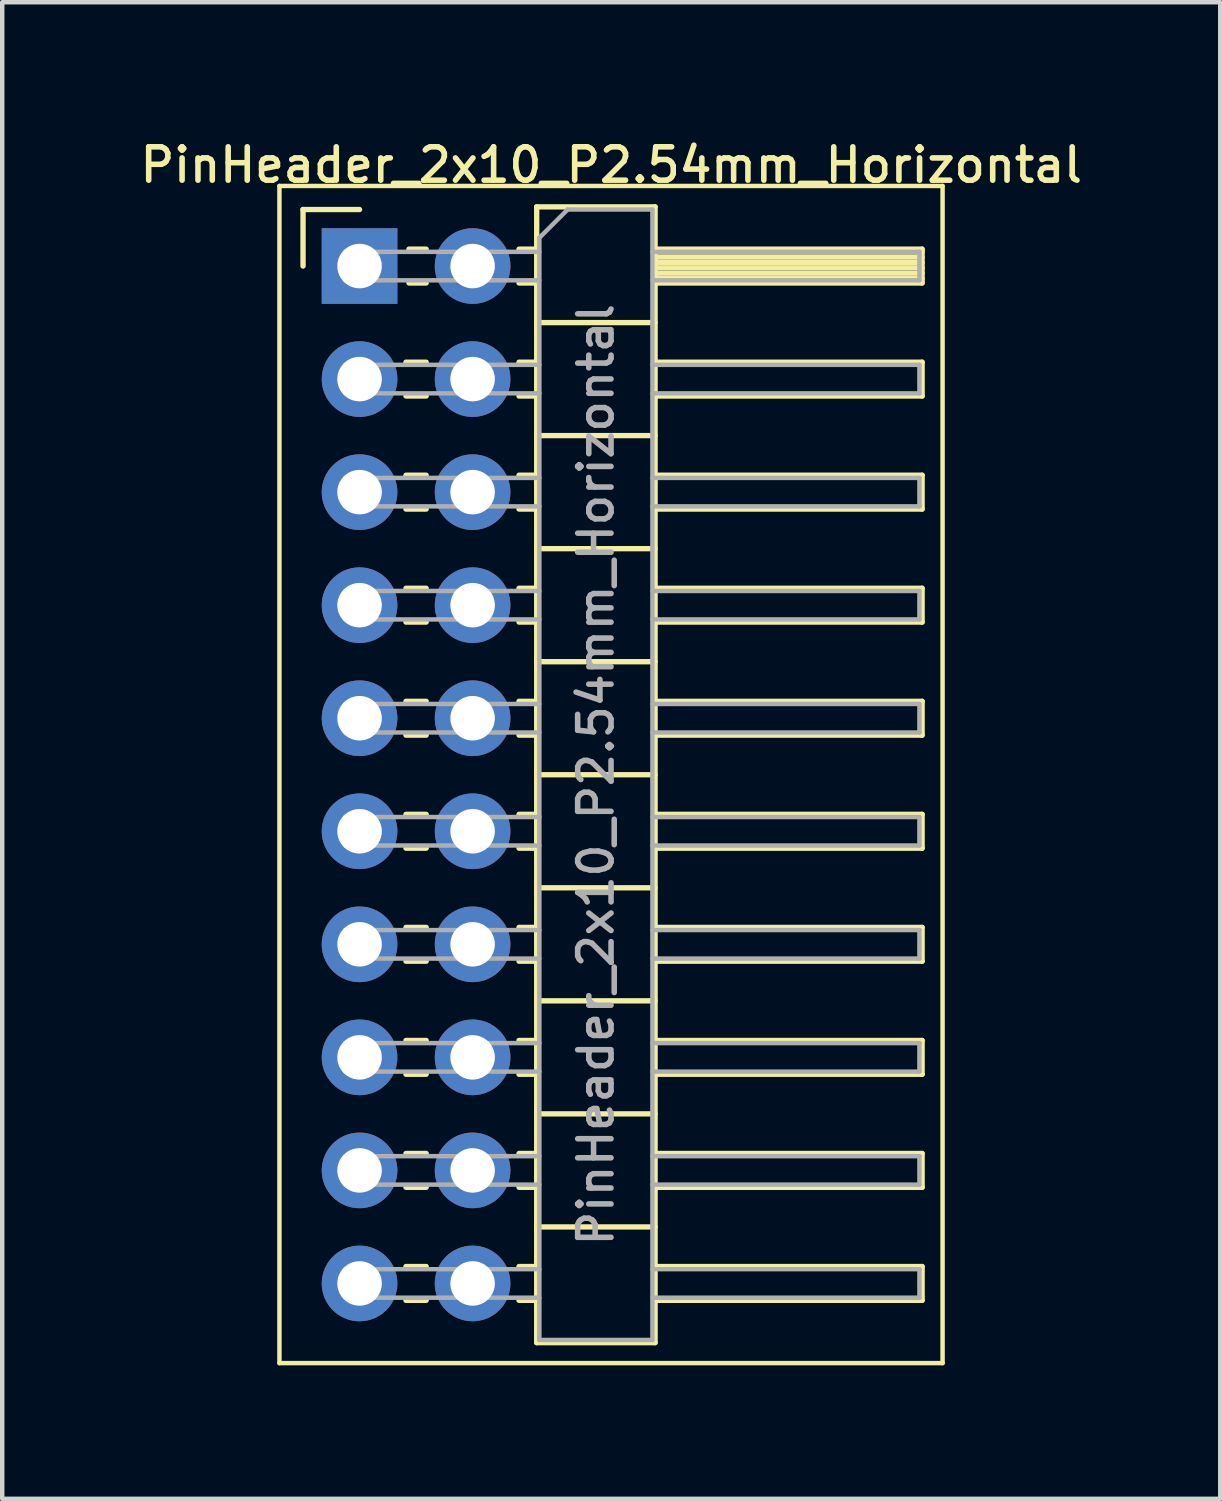
<source format=kicad_pcb>
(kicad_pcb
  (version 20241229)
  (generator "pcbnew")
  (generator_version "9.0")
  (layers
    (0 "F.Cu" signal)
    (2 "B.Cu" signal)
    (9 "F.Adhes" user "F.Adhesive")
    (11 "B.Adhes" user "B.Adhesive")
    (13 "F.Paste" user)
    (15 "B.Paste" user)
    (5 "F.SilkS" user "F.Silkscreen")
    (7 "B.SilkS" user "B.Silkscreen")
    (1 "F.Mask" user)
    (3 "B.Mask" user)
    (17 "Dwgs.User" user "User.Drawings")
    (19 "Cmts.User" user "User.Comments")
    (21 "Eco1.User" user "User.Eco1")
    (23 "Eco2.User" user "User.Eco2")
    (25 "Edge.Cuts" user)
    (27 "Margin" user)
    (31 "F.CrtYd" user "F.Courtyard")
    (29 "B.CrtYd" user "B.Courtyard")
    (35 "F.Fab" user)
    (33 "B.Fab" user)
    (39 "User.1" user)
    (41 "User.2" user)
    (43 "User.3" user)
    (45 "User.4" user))
  (footprint "PinHeader_2x10_P2.54mm_Horizontal"
    (layer "F.Cu")
    (at 5.029 2.928)
    (property "Reference" "PinHeader_2x10_P2.54mm_Horizontal" (at 5.655 -2.27 0) (layer "F.SilkS") (effects (font (size 0.75 0.75) (thickness 0.125))))
    (attr through_hole)
    (fp_line (start -1.8 -1.8) (end -1.8 24.65) (stroke (width 0.1) (type solid)) (layer "F.SilkS"))
    (fp_line (start -1.8 24.65) (end 13.1 24.65) (stroke (width 0.1) (type solid)) (layer "F.SilkS"))
    (fp_line (start -1.27 -1.27) (end 0 -1.27) (stroke (width 0.12) (type solid)) (layer "F.SilkS"))
    (fp_line (start -1.27 0) (end -1.27 -1.27) (stroke (width 0.12) (type solid)) (layer "F.SilkS"))
    (fp_line (start 1.043 2.16) (end 1.497 2.16) (stroke (width 0.12) (type solid)) (layer "F.SilkS"))
    (fp_line (start 1.043 2.92) (end 1.497 2.92) (stroke (width 0.12) (type solid)) (layer "F.SilkS"))
    (fp_line (start 1.043 4.7) (end 1.497 4.7) (stroke (width 0.12) (type solid)) (layer "F.SilkS"))
    (fp_line (start 1.043 5.46) (end 1.497 5.46) (stroke (width 0.12) (type solid)) (layer "F.SilkS"))
    (fp_line (start 1.043 7.24) (end 1.497 7.24) (stroke (width 0.12) (type solid)) (layer "F.SilkS"))
    (fp_line (start 1.043 8) (end 1.497 8) (stroke (width 0.12) (type solid)) (layer "F.SilkS"))
    (fp_line (start 1.043 9.78) (end 1.497 9.78) (stroke (width 0.12) (type solid)) (layer "F.SilkS"))
    (fp_line (start 1.043 10.54) (end 1.497 10.54) (stroke (width 0.12) (type solid)) (layer "F.SilkS"))
    (fp_line (start 1.043 12.32) (end 1.497 12.32) (stroke (width 0.12) (type solid)) (layer "F.SilkS"))
    (fp_line (start 1.043 13.08) (end 1.497 13.08) (stroke (width 0.12) (type solid)) (layer "F.SilkS"))
    (fp_line (start 1.043 14.86) (end 1.497 14.86) (stroke (width 0.12) (type solid)) (layer "F.SilkS"))
    (fp_line (start 1.043 15.62) (end 1.497 15.62) (stroke (width 0.12) (type solid)) (layer "F.SilkS"))
    (fp_line (start 1.043 17.4) (end 1.497 17.4) (stroke (width 0.12) (type solid)) (layer "F.SilkS"))
    (fp_line (start 1.043 18.16) (end 1.497 18.16) (stroke (width 0.12) (type solid)) (layer "F.SilkS"))
    (fp_line (start 1.043 19.94) (end 1.497 19.94) (stroke (width 0.12) (type solid)) (layer "F.SilkS"))
    (fp_line (start 1.043 20.7) (end 1.497 20.7) (stroke (width 0.12) (type solid)) (layer "F.SilkS"))
    (fp_line (start 1.043 22.48) (end 1.497 22.48) (stroke (width 0.12) (type solid)) (layer "F.SilkS"))
    (fp_line (start 1.043 23.24) (end 1.497 23.24) (stroke (width 0.12) (type solid)) (layer "F.SilkS"))
    (fp_line (start 1.11 -0.38) (end 1.497 -0.38) (stroke (width 0.12) (type solid)) (layer "F.SilkS"))
    (fp_line (start 1.11 0.38) (end 1.497 0.38) (stroke (width 0.12) (type solid)) (layer "F.SilkS"))
    (fp_line (start 3.583 -0.38) (end 3.98 -0.38) (stroke (width 0.12) (type solid)) (layer "F.SilkS"))
    (fp_line (start 3.583 0.38) (end 3.98 0.38) (stroke (width 0.12) (type solid)) (layer "F.SilkS"))
    (fp_line (start 3.583 2.16) (end 3.98 2.16) (stroke (width 0.12) (type solid)) (layer "F.SilkS"))
    (fp_line (start 3.583 2.92) (end 3.98 2.92) (stroke (width 0.12) (type solid)) (layer "F.SilkS"))
    (fp_line (start 3.583 4.7) (end 3.98 4.7) (stroke (width 0.12) (type solid)) (layer "F.SilkS"))
    (fp_line (start 3.583 5.46) (end 3.98 5.46) (stroke (width 0.12) (type solid)) (layer "F.SilkS"))
    (fp_line (start 3.583 7.24) (end 3.98 7.24) (stroke (width 0.12) (type solid)) (layer "F.SilkS"))
    (fp_line (start 3.583 8) (end 3.98 8) (stroke (width 0.12) (type solid)) (layer "F.SilkS"))
    (fp_line (start 3.583 9.78) (end 3.98 9.78) (stroke (width 0.12) (type solid)) (layer "F.SilkS"))
    (fp_line (start 3.583 10.54) (end 3.98 10.54) (stroke (width 0.12) (type solid)) (layer "F.SilkS"))
    (fp_line (start 3.583 12.32) (end 3.98 12.32) (stroke (width 0.12) (type solid)) (layer "F.SilkS"))
    (fp_line (start 3.583 13.08) (end 3.98 13.08) (stroke (width 0.12) (type solid)) (layer "F.SilkS"))
    (fp_line (start 3.583 14.86) (end 3.98 14.86) (stroke (width 0.12) (type solid)) (layer "F.SilkS"))
    (fp_line (start 3.583 15.62) (end 3.98 15.62) (stroke (width 0.12) (type solid)) (layer "F.SilkS"))
    (fp_line (start 3.583 17.4) (end 3.98 17.4) (stroke (width 0.12) (type solid)) (layer "F.SilkS"))
    (fp_line (start 3.583 18.16) (end 3.98 18.16) (stroke (width 0.12) (type solid)) (layer "F.SilkS"))
    (fp_line (start 3.583 19.94) (end 3.98 19.94) (stroke (width 0.12) (type solid)) (layer "F.SilkS"))
    (fp_line (start 3.583 20.7) (end 3.98 20.7) (stroke (width 0.12) (type solid)) (layer "F.SilkS"))
    (fp_line (start 3.583 22.48) (end 3.98 22.48) (stroke (width 0.12) (type solid)) (layer "F.SilkS"))
    (fp_line (start 3.583 23.24) (end 3.98 23.24) (stroke (width 0.12) (type solid)) (layer "F.SilkS"))
    (fp_line (start 3.98 -1.33) (end 3.98 24.19) (stroke (width 0.12) (type solid)) (layer "F.SilkS"))
    (fp_line (start 3.98 1.27) (end 6.64 1.27) (stroke (width 0.12) (type solid)) (layer "F.SilkS"))
    (fp_line (start 3.98 3.81) (end 6.64 3.81) (stroke (width 0.12) (type solid)) (layer "F.SilkS"))
    (fp_line (start 3.98 6.35) (end 6.64 6.35) (stroke (width 0.12) (type solid)) (layer "F.SilkS"))
    (fp_line (start 3.98 8.89) (end 6.64 8.89) (stroke (width 0.12) (type solid)) (layer "F.SilkS"))
    (fp_line (start 3.98 11.43) (end 6.64 11.43) (stroke (width 0.12) (type solid)) (layer "F.SilkS"))
    (fp_line (start 3.98 13.97) (end 6.64 13.97) (stroke (width 0.12) (type solid)) (layer "F.SilkS"))
    (fp_line (start 3.98 16.51) (end 6.64 16.51) (stroke (width 0.12) (type solid)) (layer "F.SilkS"))
    (fp_line (start 3.98 19.05) (end 6.64 19.05) (stroke (width 0.12) (type solid)) (layer "F.SilkS"))
    (fp_line (start 3.98 21.59) (end 6.64 21.59) (stroke (width 0.12) (type solid)) (layer "F.SilkS"))
    (fp_line (start 3.98 24.19) (end 6.64 24.19) (stroke (width 0.12) (type solid)) (layer "F.SilkS"))
    (fp_line (start 6.64 -1.33) (end 3.98 -1.33) (stroke (width 0.12) (type solid)) (layer "F.SilkS"))
    (fp_line (start 6.64 -0.38) (end 12.64 -0.38) (stroke (width 0.12) (type solid)) (layer "F.SilkS"))
    (fp_line (start 6.64 -0.32) (end 12.64 -0.32) (stroke (width 0.12) (type solid)) (layer "F.SilkS"))
    (fp_line (start 6.64 -0.2) (end 12.64 -0.2) (stroke (width 0.12) (type solid)) (layer "F.SilkS"))
    (fp_line (start 6.64 -0.08) (end 12.64 -0.08) (stroke (width 0.12) (type solid)) (layer "F.SilkS"))
    (fp_line (start 6.64 0.04) (end 12.64 0.04) (stroke (width 0.12) (type solid)) (layer "F.SilkS"))
    (fp_line (start 6.64 0.16) (end 12.64 0.16) (stroke (width 0.12) (type solid)) (layer "F.SilkS"))
    (fp_line (start 6.64 0.28) (end 12.64 0.28) (stroke (width 0.12) (type solid)) (layer "F.SilkS"))
    (fp_line (start 6.64 2.16) (end 12.64 2.16) (stroke (width 0.12) (type solid)) (layer "F.SilkS"))
    (fp_line (start 6.64 4.7) (end 12.64 4.7) (stroke (width 0.12) (type solid)) (layer "F.SilkS"))
    (fp_line (start 6.64 7.24) (end 12.64 7.24) (stroke (width 0.12) (type solid)) (layer "F.SilkS"))
    (fp_line (start 6.64 9.78) (end 12.64 9.78) (stroke (width 0.12) (type solid)) (layer "F.SilkS"))
    (fp_line (start 6.64 12.32) (end 12.64 12.32) (stroke (width 0.12) (type solid)) (layer "F.SilkS"))
    (fp_line (start 6.64 14.86) (end 12.64 14.86) (stroke (width 0.12) (type solid)) (layer "F.SilkS"))
    (fp_line (start 6.64 17.4) (end 12.64 17.4) (stroke (width 0.12) (type solid)) (layer "F.SilkS"))
    (fp_line (start 6.64 19.94) (end 12.64 19.94) (stroke (width 0.12) (type solid)) (layer "F.SilkS"))
    (fp_line (start 6.64 22.48) (end 12.64 22.48) (stroke (width 0.12) (type solid)) (layer "F.SilkS"))
    (fp_line (start 6.64 24.19) (end 6.64 -1.33) (stroke (width 0.12) (type solid)) (layer "F.SilkS"))
    (fp_line (start 12.64 -0.38) (end 12.64 0.38) (stroke (width 0.12) (type solid)) (layer "F.SilkS"))
    (fp_line (start 12.64 0.38) (end 6.64 0.38) (stroke (width 0.12) (type solid)) (layer "F.SilkS"))
    (fp_line (start 12.64 2.16) (end 12.64 2.92) (stroke (width 0.12) (type solid)) (layer "F.SilkS"))
    (fp_line (start 12.64 2.92) (end 6.64 2.92) (stroke (width 0.12) (type solid)) (layer "F.SilkS"))
    (fp_line (start 12.64 4.7) (end 12.64 5.46) (stroke (width 0.12) (type solid)) (layer "F.SilkS"))
    (fp_line (start 12.64 5.46) (end 6.64 5.46) (stroke (width 0.12) (type solid)) (layer "F.SilkS"))
    (fp_line (start 12.64 7.24) (end 12.64 8) (stroke (width 0.12) (type solid)) (layer "F.SilkS"))
    (fp_line (start 12.64 8) (end 6.64 8) (stroke (width 0.12) (type solid)) (layer "F.SilkS"))
    (fp_line (start 12.64 9.78) (end 12.64 10.54) (stroke (width 0.12) (type solid)) (layer "F.SilkS"))
    (fp_line (start 12.64 10.54) (end 6.64 10.54) (stroke (width 0.12) (type solid)) (layer "F.SilkS"))
    (fp_line (start 12.64 12.32) (end 12.64 13.08) (stroke (width 0.12) (type solid)) (layer "F.SilkS"))
    (fp_line (start 12.64 13.08) (end 6.64 13.08) (stroke (width 0.12) (type solid)) (layer "F.SilkS"))
    (fp_line (start 12.64 14.86) (end 12.64 15.62) (stroke (width 0.12) (type solid)) (layer "F.SilkS"))
    (fp_line (start 12.64 15.62) (end 6.64 15.62) (stroke (width 0.12) (type solid)) (layer "F.SilkS"))
    (fp_line (start 12.64 17.4) (end 12.64 18.16) (stroke (width 0.12) (type solid)) (layer "F.SilkS"))
    (fp_line (start 12.64 18.16) (end 6.64 18.16) (stroke (width 0.12) (type solid)) (layer "F.SilkS"))
    (fp_line (start 12.64 19.94) (end 12.64 20.7) (stroke (width 0.12) (type solid)) (layer "F.SilkS"))
    (fp_line (start 12.64 20.7) (end 6.64 20.7) (stroke (width 0.12) (type solid)) (layer "F.SilkS"))
    (fp_line (start 12.64 22.48) (end 12.64 23.24) (stroke (width 0.12) (type solid)) (layer "F.SilkS"))
    (fp_line (start 12.64 23.24) (end 6.64 23.24) (stroke (width 0.12) (type solid)) (layer "F.SilkS"))
    (fp_line (start 13.1 -1.8) (end -1.8 -1.8) (stroke (width 0.1) (type solid)) (layer "F.SilkS"))
    (fp_line (start 13.1 24.65) (end 13.1 -1.8) (stroke (width 0.1) (type solid)) (layer "F.SilkS"))
    (fp_line (start -0.32 -0.32) (end -0.32 0.32) (stroke (width 0.1) (type solid)) (layer "F.Fab"))
    (fp_line (start -0.32 -0.32) (end 4.04 -0.32) (stroke (width 0.1) (type solid)) (layer "F.Fab"))
    (fp_line (start -0.32 0.32) (end 4.04 0.32) (stroke (width 0.1) (type solid)) (layer "F.Fab"))
    (fp_line (start -0.32 2.22) (end -0.32 2.86) (stroke (width 0.1) (type solid)) (layer "F.Fab"))
    (fp_line (start -0.32 2.22) (end 4.04 2.22) (stroke (width 0.1) (type solid)) (layer "F.Fab"))
    (fp_line (start -0.32 2.86) (end 4.04 2.86) (stroke (width 0.1) (type solid)) (layer "F.Fab"))
    (fp_line (start -0.32 4.76) (end -0.32 5.4) (stroke (width 0.1) (type solid)) (layer "F.Fab"))
    (fp_line (start -0.32 4.76) (end 4.04 4.76) (stroke (width 0.1) (type solid)) (layer "F.Fab"))
    (fp_line (start -0.32 5.4) (end 4.04 5.4) (stroke (width 0.1) (type solid)) (layer "F.Fab"))
    (fp_line (start -0.32 7.3) (end -0.32 7.94) (stroke (width 0.1) (type solid)) (layer "F.Fab"))
    (fp_line (start -0.32 7.3) (end 4.04 7.3) (stroke (width 0.1) (type solid)) (layer "F.Fab"))
    (fp_line (start -0.32 7.94) (end 4.04 7.94) (stroke (width 0.1) (type solid)) (layer "F.Fab"))
    (fp_line (start -0.32 9.84) (end -0.32 10.48) (stroke (width 0.1) (type solid)) (layer "F.Fab"))
    (fp_line (start -0.32 9.84) (end 4.04 9.84) (stroke (width 0.1) (type solid)) (layer "F.Fab"))
    (fp_line (start -0.32 10.48) (end 4.04 10.48) (stroke (width 0.1) (type solid)) (layer "F.Fab"))
    (fp_line (start -0.32 12.38) (end -0.32 13.02) (stroke (width 0.1) (type solid)) (layer "F.Fab"))
    (fp_line (start -0.32 12.38) (end 4.04 12.38) (stroke (width 0.1) (type solid)) (layer "F.Fab"))
    (fp_line (start -0.32 13.02) (end 4.04 13.02) (stroke (width 0.1) (type solid)) (layer "F.Fab"))
    (fp_line (start -0.32 14.92) (end -0.32 15.56) (stroke (width 0.1) (type solid)) (layer "F.Fab"))
    (fp_line (start -0.32 14.92) (end 4.04 14.92) (stroke (width 0.1) (type solid)) (layer "F.Fab"))
    (fp_line (start -0.32 15.56) (end 4.04 15.56) (stroke (width 0.1) (type solid)) (layer "F.Fab"))
    (fp_line (start -0.32 17.46) (end -0.32 18.1) (stroke (width 0.1) (type solid)) (layer "F.Fab"))
    (fp_line (start -0.32 17.46) (end 4.04 17.46) (stroke (width 0.1) (type solid)) (layer "F.Fab"))
    (fp_line (start -0.32 18.1) (end 4.04 18.1) (stroke (width 0.1) (type solid)) (layer "F.Fab"))
    (fp_line (start -0.32 20) (end -0.32 20.64) (stroke (width 0.1) (type solid)) (layer "F.Fab"))
    (fp_line (start -0.32 20) (end 4.04 20) (stroke (width 0.1) (type solid)) (layer "F.Fab"))
    (fp_line (start -0.32 20.64) (end 4.04 20.64) (stroke (width 0.1) (type solid)) (layer "F.Fab"))
    (fp_line (start -0.32 22.54) (end -0.32 23.18) (stroke (width 0.1) (type solid)) (layer "F.Fab"))
    (fp_line (start -0.32 22.54) (end 4.04 22.54) (stroke (width 0.1) (type solid)) (layer "F.Fab"))
    (fp_line (start -0.32 23.18) (end 4.04 23.18) (stroke (width 0.1) (type solid)) (layer "F.Fab"))
    (fp_line (start 4.04 -0.635) (end 4.675 -1.27) (stroke (width 0.1) (type solid)) (layer "F.Fab"))
    (fp_line (start 4.04 24.13) (end 4.04 -0.635) (stroke (width 0.1) (type solid)) (layer "F.Fab"))
    (fp_line (start 4.675 -1.27) (end 6.58 -1.27) (stroke (width 0.1) (type solid)) (layer "F.Fab"))
    (fp_line (start 6.58 -1.27) (end 6.58 24.13) (stroke (width 0.1) (type solid)) (layer "F.Fab"))
    (fp_line (start 6.58 -0.32) (end 12.58 -0.32) (stroke (width 0.1) (type solid)) (layer "F.Fab"))
    (fp_line (start 6.58 0.32) (end 12.58 0.32) (stroke (width 0.1) (type solid)) (layer "F.Fab"))
    (fp_line (start 6.58 2.22) (end 12.58 2.22) (stroke (width 0.1) (type solid)) (layer "F.Fab"))
    (fp_line (start 6.58 2.86) (end 12.58 2.86) (stroke (width 0.1) (type solid)) (layer "F.Fab"))
    (fp_line (start 6.58 4.76) (end 12.58 4.76) (stroke (width 0.1) (type solid)) (layer "F.Fab"))
    (fp_line (start 6.58 5.4) (end 12.58 5.4) (stroke (width 0.1) (type solid)) (layer "F.Fab"))
    (fp_line (start 6.58 7.3) (end 12.58 7.3) (stroke (width 0.1) (type solid)) (layer "F.Fab"))
    (fp_line (start 6.58 7.94) (end 12.58 7.94) (stroke (width 0.1) (type solid)) (layer "F.Fab"))
    (fp_line (start 6.58 9.84) (end 12.58 9.84) (stroke (width 0.1) (type solid)) (layer "F.Fab"))
    (fp_line (start 6.58 10.48) (end 12.58 10.48) (stroke (width 0.1) (type solid)) (layer "F.Fab"))
    (fp_line (start 6.58 12.38) (end 12.58 12.38) (stroke (width 0.1) (type solid)) (layer "F.Fab"))
    (fp_line (start 6.58 13.02) (end 12.58 13.02) (stroke (width 0.1) (type solid)) (layer "F.Fab"))
    (fp_line (start 6.58 14.92) (end 12.58 14.92) (stroke (width 0.1) (type solid)) (layer "F.Fab"))
    (fp_line (start 6.58 15.56) (end 12.58 15.56) (stroke (width 0.1) (type solid)) (layer "F.Fab"))
    (fp_line (start 6.58 17.46) (end 12.58 17.46) (stroke (width 0.1) (type solid)) (layer "F.Fab"))
    (fp_line (start 6.58 18.1) (end 12.58 18.1) (stroke (width 0.1) (type solid)) (layer "F.Fab"))
    (fp_line (start 6.58 20) (end 12.58 20) (stroke (width 0.1) (type solid)) (layer "F.Fab"))
    (fp_line (start 6.58 20.64) (end 12.58 20.64) (stroke (width 0.1) (type solid)) (layer "F.Fab"))
    (fp_line (start 6.58 22.54) (end 12.58 22.54) (stroke (width 0.1) (type solid)) (layer "F.Fab"))
    (fp_line (start 6.58 23.18) (end 12.58 23.18) (stroke (width 0.1) (type solid)) (layer "F.Fab"))
    (fp_line (start 6.58 24.13) (end 4.04 24.13) (stroke (width 0.1) (type solid)) (layer "F.Fab"))
    (fp_line (start 12.58 -0.32) (end 12.58 0.32) (stroke (width 0.1) (type solid)) (layer "F.Fab"))
    (fp_line (start 12.58 2.22) (end 12.58 2.86) (stroke (width 0.1) (type solid)) (layer "F.Fab"))
    (fp_line (start 12.58 4.76) (end 12.58 5.4) (stroke (width 0.1) (type solid)) (layer "F.Fab"))
    (fp_line (start 12.58 7.3) (end 12.58 7.94) (stroke (width 0.1) (type solid)) (layer "F.Fab"))
    (fp_line (start 12.58 9.84) (end 12.58 10.48) (stroke (width 0.1) (type solid)) (layer "F.Fab"))
    (fp_line (start 12.58 12.38) (end 12.58 13.02) (stroke (width 0.1) (type solid)) (layer "F.Fab"))
    (fp_line (start 12.58 14.92) (end 12.58 15.56) (stroke (width 0.1) (type solid)) (layer "F.Fab"))
    (fp_line (start 12.58 17.46) (end 12.58 18.1) (stroke (width 0.1) (type solid)) (layer "F.Fab"))
    (fp_line (start 12.58 20) (end 12.58 20.64) (stroke (width 0.1) (type solid)) (layer "F.Fab"))
    (fp_line (start 12.58 22.54) (end 12.58 23.18) (stroke (width 0.1) (type solid)) (layer "F.Fab"))
    (fp_text user "${REFERENCE}" (at 5.31 11.43 90) (layer "F.Fab") (effects (font (size 0.75 0.75) (thickness 0.125))))
    (pad "1" thru_hole rect (at 0 0) (size 1.7 1.7) (drill 1) (layers "*.Cu" "*.Mask"))
    (pad "2" thru_hole oval (at 2.54 0) (size 1.7 1.7) (drill 1) (layers "*.Cu" "*.Mask"))
    (pad "3" thru_hole oval (at 0 2.54) (size 1.7 1.7) (drill 1) (layers "*.Cu" "*.Mask"))
    (pad "4" thru_hole oval (at 2.54 2.54) (size 1.7 1.7) (drill 1) (layers "*.Cu" "*.Mask"))
    (pad "5" thru_hole oval (at 0 5.08) (size 1.7 1.7) (drill 1) (layers "*.Cu" "*.Mask"))
    (pad "6" thru_hole oval (at 2.54 5.08) (size 1.7 1.7) (drill 1) (layers "*.Cu" "*.Mask"))
    (pad "7" thru_hole oval (at 0 7.62) (size 1.7 1.7) (drill 1) (layers "*.Cu" "*.Mask"))
    (pad "8" thru_hole oval (at 2.54 7.62) (size 1.7 1.7) (drill 1) (layers "*.Cu" "*.Mask"))
    (pad "9" thru_hole oval (at 0 10.16) (size 1.7 1.7) (drill 1) (layers "*.Cu" "*.Mask"))
    (pad "10" thru_hole oval (at 2.54 10.16) (size 1.7 1.7) (drill 1) (layers "*.Cu" "*.Mask"))
    (pad "11" thru_hole oval (at 0 12.7) (size 1.7 1.7) (drill 1) (layers "*.Cu" "*.Mask"))
    (pad "12" thru_hole oval (at 2.54 12.7) (size 1.7 1.7) (drill 1) (layers "*.Cu" "*.Mask"))
    (pad "13" thru_hole oval (at 0 15.24) (size 1.7 1.7) (drill 1) (layers "*.Cu" "*.Mask"))
    (pad "14" thru_hole oval (at 2.54 15.24) (size 1.7 1.7) (drill 1) (layers "*.Cu" "*.Mask"))
    (pad "15" thru_hole oval (at 0 17.78) (size 1.7 1.7) (drill 1) (layers "*.Cu" "*.Mask"))
    (pad "16" thru_hole oval (at 2.54 17.78) (size 1.7 1.7) (drill 1) (layers "*.Cu" "*.Mask"))
    (pad "17" thru_hole oval (at 0 20.32) (size 1.7 1.7) (drill 1) (layers "*.Cu" "*.Mask"))
    (pad "18" thru_hole oval (at 2.54 20.32) (size 1.7 1.7) (drill 1) (layers "*.Cu" "*.Mask"))
    (pad "19" thru_hole oval (at 0 22.86) (size 1.7 1.7) (drill 1) (layers "*.Cu" "*.Mask"))
    (pad "20" thru_hole oval (at 2.54 22.86) (size 1.7 1.7) (drill 1) (layers "*.Cu" "*.Mask")))
  (gr_rect
    (start -3 -3)
    (end 24.368 30.628)
    (stroke (width 0.1) (type default))
    (fill no)
    (layer "Edge.Cuts")))
</source>
